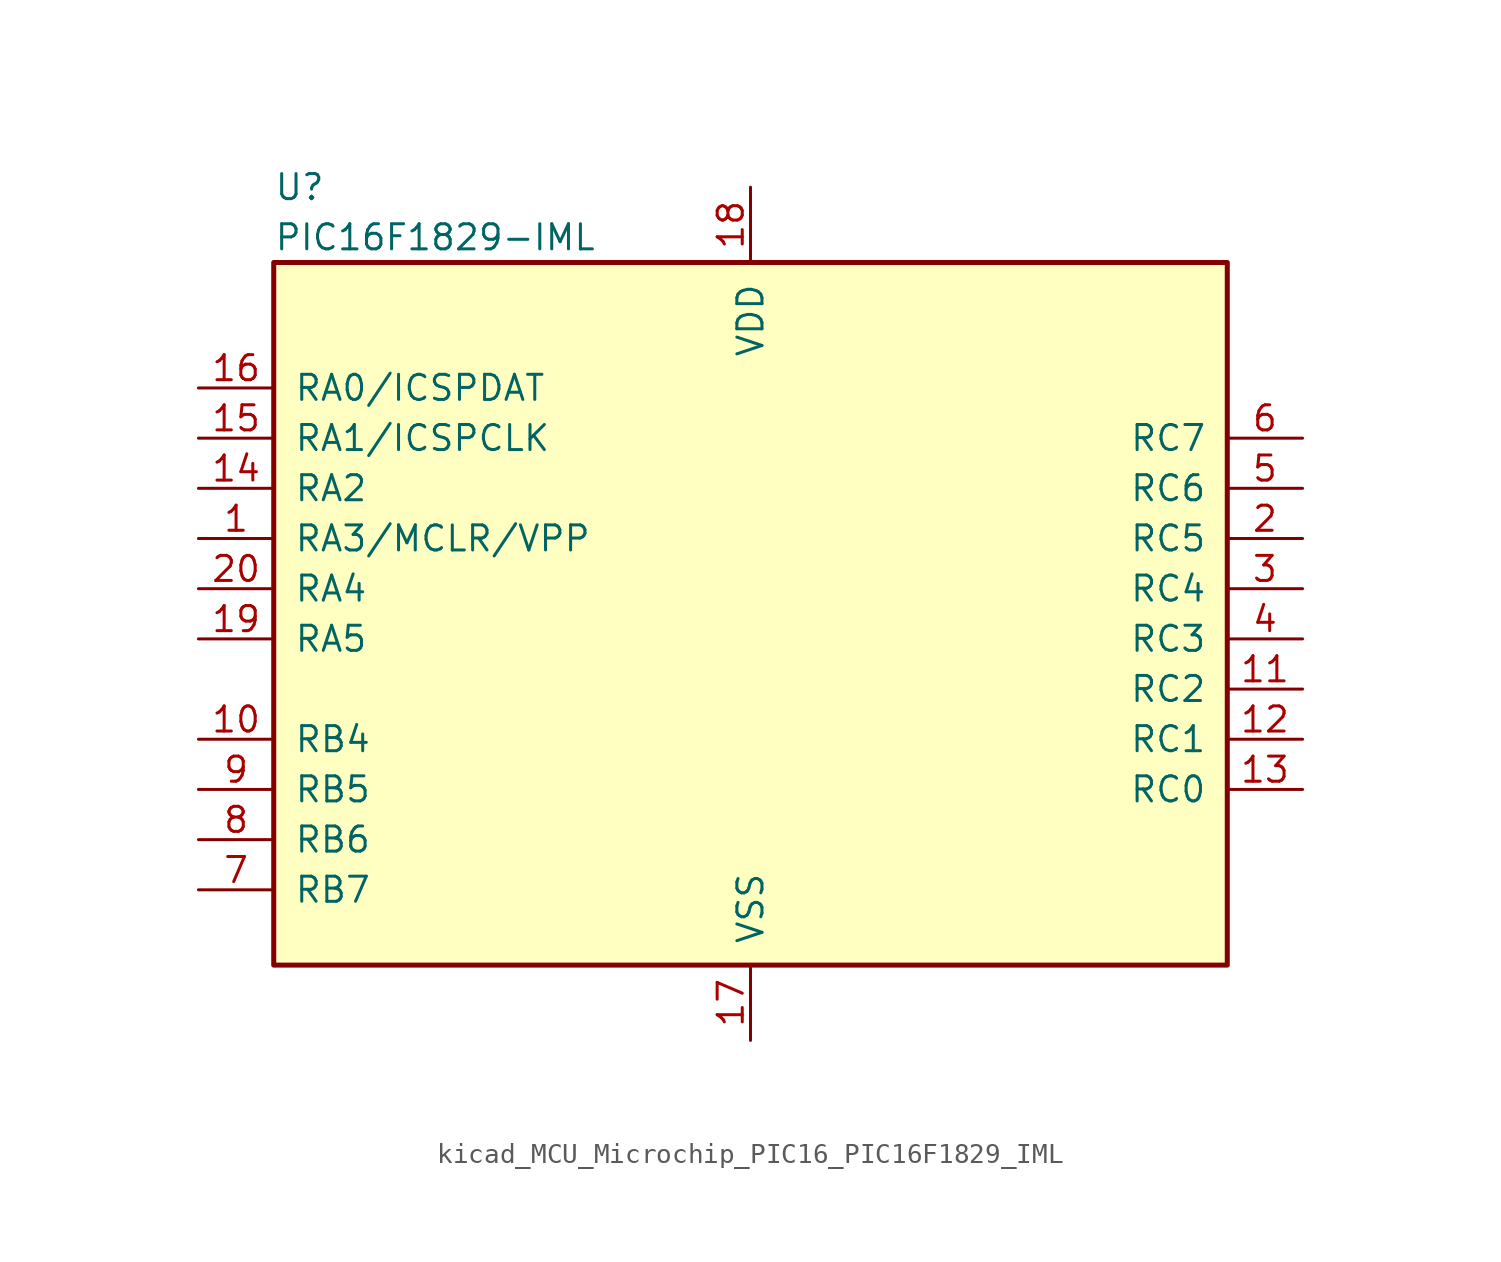
<source format=kicad_sym>
(kicad_symbol_lib
  (version 20220914)
  (generator kicad_symbol_editor)
  (symbol "kicad_MCU_Microchip_PIC16_PIC16F1829_IML"
    (pin_names
      (offset 1.016))
    (property "Reference" "U"
      (at -24.13 22.86 0)
      (effects (font (size 1.27 1.27)) (justify left)))
    (property "Value" "PIC16F1829-IML"
      (at -24.13 20.32 0)
      (effects (font (size 1.27 1.27)) (justify left)))
    (symbol "kicad_MCU_Microchip_PIC16_PIC16F1829_IML_0_1"
      (rectangle (start -24.13 19.05) (end 24.13 -16.51) (stroke (width 0.254) (type default)) (fill (type background))))
    (symbol "kicad_MCU_Microchip_PIC16_PIC16F1829_IML_1_1"
      (pin bidirectional line (at -27.94 5.08 0) (length 3.81) (name "RA3/MCLR/VPP" (effects (font (size 1.27 1.27)))) (number "1" (effects (font (size 1.27 1.27)))))
      (pin bidirectional line (at -27.94 -5.08 0) (length 3.81) (name "RB4" (effects (font (size 1.27 1.27)))) (number "10" (effects (font (size 1.27 1.27)))))
      (pin bidirectional line (at 27.94 -2.54 180) (length 3.81) (name "RC2" (effects (font (size 1.27 1.27)))) (number "11" (effects (font (size 1.27 1.27)))))
      (pin bidirectional line (at 27.94 -5.08 180) (length 3.81) (name "RC1" (effects (font (size 1.27 1.27)))) (number "12" (effects (font (size 1.27 1.27)))))
      (pin bidirectional line (at 27.94 -7.62 180) (length 3.81) (name "RC0" (effects (font (size 1.27 1.27)))) (number "13" (effects (font (size 1.27 1.27)))))
      (pin bidirectional line (at -27.94 7.62 0) (length 3.81) (name "RA2" (effects (font (size 1.27 1.27)))) (number "14" (effects (font (size 1.27 1.27)))))
      (pin bidirectional line (at -27.94 10.16 0) (length 3.81) (name "RA1/ICSPCLK" (effects (font (size 1.27 1.27)))) (number "15" (effects (font (size 1.27 1.27)))))
      (pin bidirectional line (at -27.94 12.7 0) (length 3.81) (name "RA0/ICSPDAT" (effects (font (size 1.27 1.27)))) (number "16" (effects (font (size 1.27 1.27)))))
      (pin power_in line (at 0 -20.32 90) (length 3.81) (name "VSS" (effects (font (size 1.27 1.27)))) (number "17" (effects (font (size 1.27 1.27)))))
      (pin power_in line (at 0 22.86 270) (length 3.81) (name "VDD" (effects (font (size 1.27 1.27)))) (number "18" (effects (font (size 1.27 1.27)))))
      (pin bidirectional line (at -27.94 0 0) (length 3.81) (name "RA5" (effects (font (size 1.27 1.27)))) (number "19" (effects (font (size 1.27 1.27)))))
      (pin bidirectional line (at 27.94 5.08 180) (length 3.81) (name "RC5" (effects (font (size 1.27 1.27)))) (number "2" (effects (font (size 1.27 1.27)))))
      (pin bidirectional line (at -27.94 2.54 0) (length 3.81) (name "RA4" (effects (font (size 1.27 1.27)))) (number "20" (effects (font (size 1.27 1.27)))))
      (pin bidirectional line (at 27.94 2.54 180) (length 3.81) (name "RC4" (effects (font (size 1.27 1.27)))) (number "3" (effects (font (size 1.27 1.27)))))
      (pin bidirectional line (at 27.94 0 180) (length 3.81) (name "RC3" (effects (font (size 1.27 1.27)))) (number "4" (effects (font (size 1.27 1.27)))))
      (pin bidirectional line (at 27.94 7.62 180) (length 3.81) (name "RC6" (effects (font (size 1.27 1.27)))) (number "5" (effects (font (size 1.27 1.27)))))
      (pin bidirectional line (at 27.94 10.16 180) (length 3.81) (name "RC7" (effects (font (size 1.27 1.27)))) (number "6" (effects (font (size 1.27 1.27)))))
      (pin bidirectional line (at -27.94 -12.7 0) (length 3.81) (name "RB7" (effects (font (size 1.27 1.27)))) (number "7" (effects (font (size 1.27 1.27)))))
      (pin bidirectional line (at -27.94 -10.16 0) (length 3.81) (name "RB6" (effects (font (size 1.27 1.27)))) (number "8" (effects (font (size 1.27 1.27)))))
      (pin bidirectional line (at -27.94 -7.62 0) (length 3.81) (name "RB5" (effects (font (size 1.27 1.27)))) (number "9" (effects (font (size 1.27 1.27))))))))
</source>
